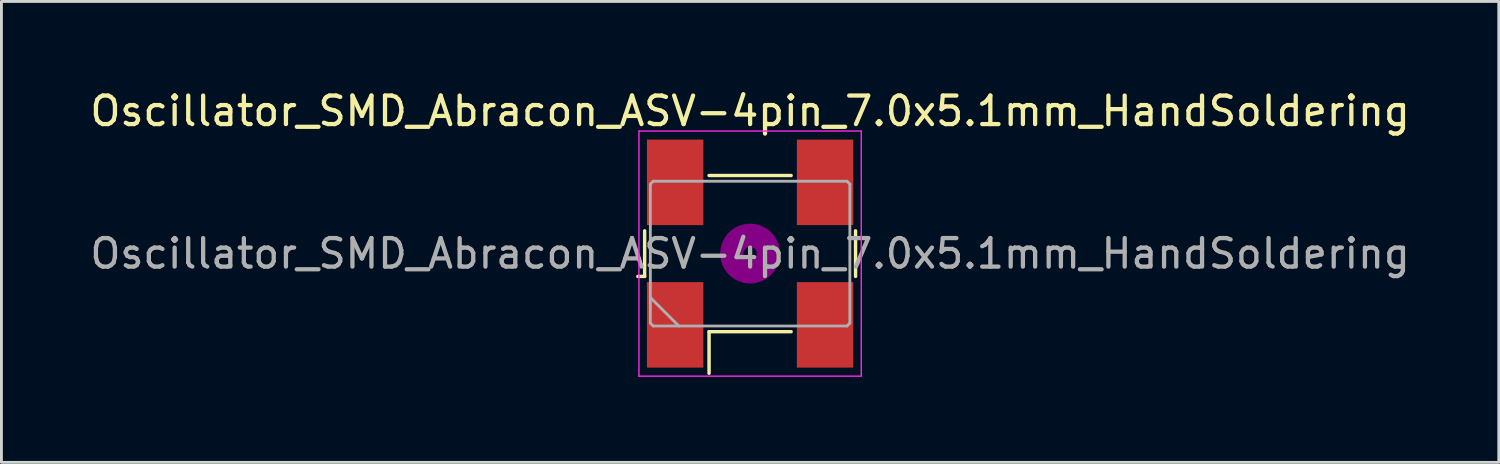
<source format=kicad_pcb>
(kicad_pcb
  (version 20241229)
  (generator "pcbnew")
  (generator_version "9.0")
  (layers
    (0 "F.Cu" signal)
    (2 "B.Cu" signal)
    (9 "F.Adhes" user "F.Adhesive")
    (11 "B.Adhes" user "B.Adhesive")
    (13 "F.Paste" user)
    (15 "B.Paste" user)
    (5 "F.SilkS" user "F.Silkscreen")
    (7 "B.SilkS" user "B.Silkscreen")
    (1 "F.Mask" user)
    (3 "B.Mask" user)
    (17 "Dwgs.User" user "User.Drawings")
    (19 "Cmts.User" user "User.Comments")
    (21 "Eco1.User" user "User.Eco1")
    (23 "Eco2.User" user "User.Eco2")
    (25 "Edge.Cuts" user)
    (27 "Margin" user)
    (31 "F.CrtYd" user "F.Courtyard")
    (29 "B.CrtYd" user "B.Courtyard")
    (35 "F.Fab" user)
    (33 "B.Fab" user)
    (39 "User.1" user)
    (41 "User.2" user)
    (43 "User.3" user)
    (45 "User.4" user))
  (footprint "Oscillator_SMD_Abracon_ASV-4pin_7.0x5.1mm_HandSoldering"
    (layer "F.Cu")
    (at 23.268 5.848)
    (property "Reference" "Oscillator_SMD_Abracon_ASV-4pin_7.0x5.1mm_HandSoldering" (at 0 -5 0) (layer "F.SilkS") (effects (font (size 1 1) (thickness 0.15))))
    (attr smd)
    (fp_line (start -3.94 0.8) (end -3.7 0.8) (stroke (width 0.12) (type solid)) (layer "F.SilkS"))
    (fp_line (start -3.7 0.8) (end -3.7 -0.8) (stroke (width 0.12) (type solid)) (layer "F.SilkS"))
    (fp_line (start -1.44 -2.74) (end 1.44 -2.74) (stroke (width 0.12) (type solid)) (layer "F.SilkS"))
    (fp_line (start -1.44 2.74) (end -1.44 4.2) (stroke (width 0.12) (type solid)) (layer "F.SilkS"))
    (fp_line (start 1.44 2.74) (end -1.44 2.74) (stroke (width 0.12) (type solid)) (layer "F.SilkS"))
    (fp_line (start 3.7 -0.8) (end 3.7 0.8) (stroke (width 0.12) (type solid)) (layer "F.SilkS"))
    (fp_circle (center 0 0) (end 0.233 0) (stroke (width 0.467) (type solid)) (fill no) (layer "F.Adhes"))
    (fp_circle (center 0 0) (end 0.533 0) (stroke (width 0.333) (type solid)) (fill no) (layer "F.Adhes"))
    (fp_circle (center 0 0) (end 0.833 0) (stroke (width 0.333) (type solid)) (fill no) (layer "F.Adhes"))
    (fp_circle (center 0 0) (end 1 0) (stroke (width 0.1) (type solid)) (fill no) (layer "F.Adhes"))
    (fp_line (start -3.9 -4.3) (end -3.9 4.3) (stroke (width 0.05) (type solid)) (layer "F.CrtYd"))
    (fp_line (start -3.9 4.3) (end 3.9 4.3) (stroke (width 0.05) (type solid)) (layer "F.CrtYd"))
    (fp_line (start 3.9 -4.3) (end -3.9 -4.3) (stroke (width 0.05) (type solid)) (layer "F.CrtYd"))
    (fp_line (start 3.9 4.3) (end 3.9 -4.3) (stroke (width 0.05) (type solid)) (layer "F.CrtYd"))
    (fp_line (start -3.5 -2.44) (end -3.4 -2.54) (stroke (width 0.1) (type solid)) (layer "F.Fab"))
    (fp_line (start -3.5 1.54) (end -2.5 2.54) (stroke (width 0.1) (type solid)) (layer "F.Fab"))
    (fp_line (start -3.5 2.44) (end -3.5 -2.44) (stroke (width 0.1) (type solid)) (layer "F.Fab"))
    (fp_line (start -3.4 -2.54) (end 3.4 -2.54) (stroke (width 0.1) (type solid)) (layer "F.Fab"))
    (fp_line (start -3.4 2.54) (end -3.5 2.44) (stroke (width 0.1) (type solid)) (layer "F.Fab"))
    (fp_line (start 3.4 -2.54) (end 3.5 -2.44) (stroke (width 0.1) (type solid)) (layer "F.Fab"))
    (fp_line (start 3.4 2.54) (end -3.4 2.54) (stroke (width 0.1) (type solid)) (layer "F.Fab"))
    (fp_line (start 3.5 -2.44) (end 3.5 2.44) (stroke (width 0.1) (type solid)) (layer "F.Fab"))
    (fp_line (start 3.5 2.44) (end 3.4 2.54) (stroke (width 0.1) (type solid)) (layer "F.Fab"))
    (fp_text user "${REFERENCE}" (at 0 0 0) (layer "F.Fab") (effects (font (size 1 1) (thickness 0.15))))
    (pad "1" smd rect (at -2.63 2.5) (size 1.98 3) (layers "F.Cu" "F.Mask" "F.Paste"))
    (pad "2" smd rect (at 2.63 2.5) (size 1.98 3) (layers "F.Cu" "F.Mask" "F.Paste"))
    (pad "3" smd rect (at 2.63 -2.5) (size 1.98 3) (layers "F.Cu" "F.Mask" "F.Paste"))
    (pad "4" smd rect (at -2.63 -2.5) (size 1.98 3) (layers "F.Cu" "F.Mask" "F.Paste")))
  (gr_rect
    (start -3 -3)
    (end 49.536 13.173)
    (stroke (width 0.1) (type default))
    (fill no)
    (layer "Edge.Cuts")))
</source>
